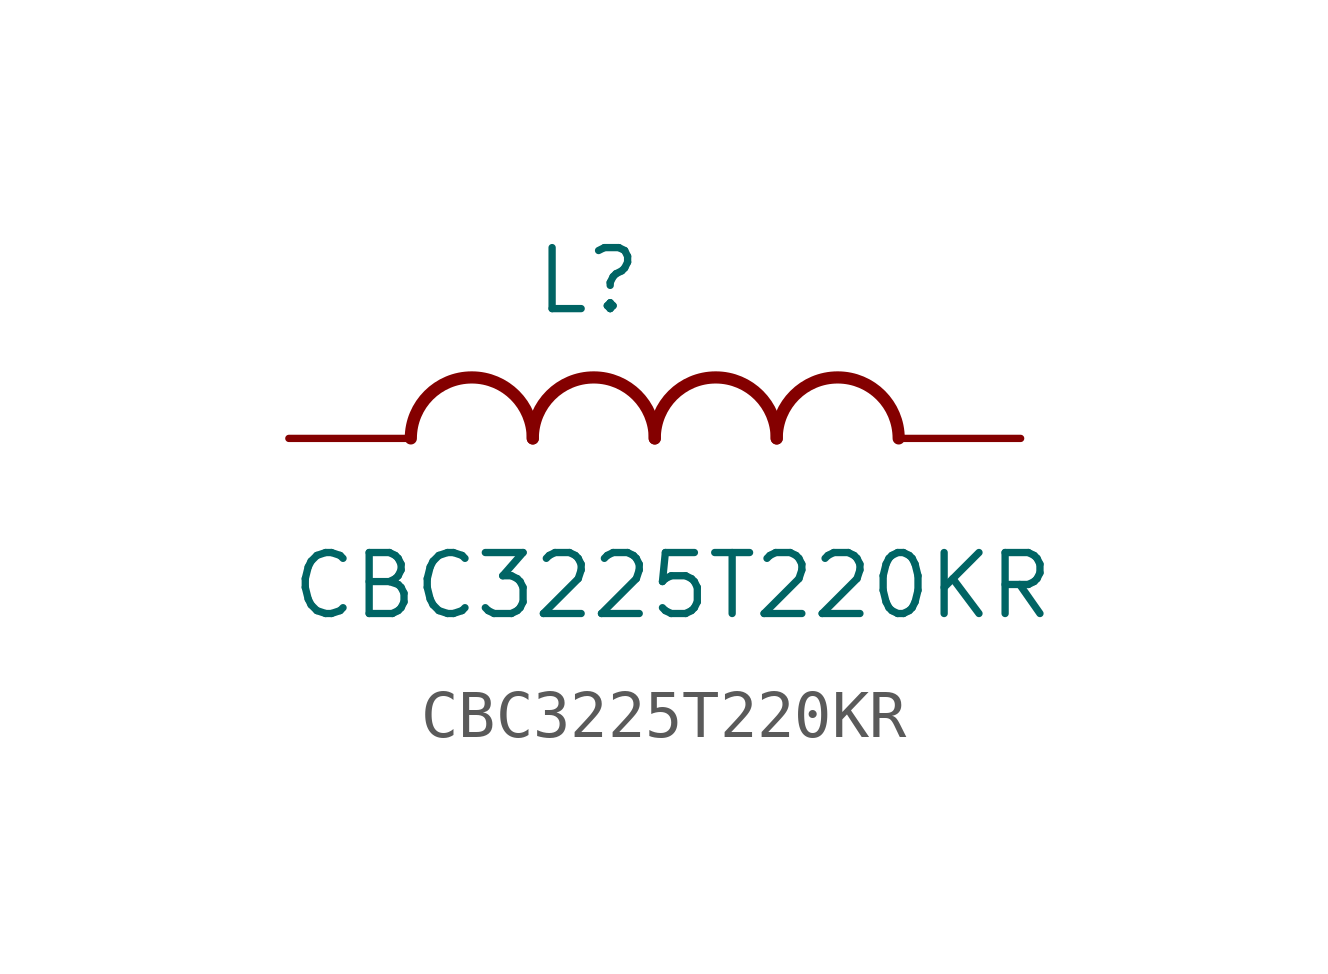
<source format=kicad_sym>
(kicad_symbol_lib
  (version 20211014)
  (generator kicad_symbol_editor)
  (symbol "CBC3225T220KR"
    (pin_numbers hide)
    (pin_names
      (offset 1.016) hide)
    (property "Reference" "L"
      (at -2.54 2.54 0)
      (effects (font (size 1.27 1.27)) (justify left bottom)))
    (property "Value" "CBC3225T220KR"
      (at -7.62 -3.81 0)
      (effects (font (size 1.27 1.27)) (justify left bottom)))
    (symbol "CBC3225T220KR_0_0"
      (arc (start -2.54 0) (mid -3.81 1.27) (end -5.08 0) (stroke (width 0.254) (type default) (color 0 0 0 0)) (fill (type none)))
      (arc (start 0 0) (mid -1.27 1.27) (end -2.54 0) (stroke (width 0.254) (type default) (color 0 0 0 0)) (fill (type none)))
      (arc (start 2.54 0) (mid 1.27 1.27) (end 0 0) (stroke (width 0.254) (type default) (color 0 0 0 0)) (fill (type none)))
      (arc (start 5.08 0) (mid 3.81 1.27) (end 2.54 0) (stroke (width 0.254) (type default) (color 0 0 0 0)) (fill (type none)))
      (pin passive line (at -7.62 0 0) (length 2.54) (name "~" (effects (font (size 1.016 1.016)))) (number "1" (effects (font (size 1.016 1.016)))))
      (pin passive line (at 7.62 0 180) (length 2.54) (name "~" (effects (font (size 1.016 1.016)))) (number "2" (effects (font (size 1.016 1.016))))))))
</source>
